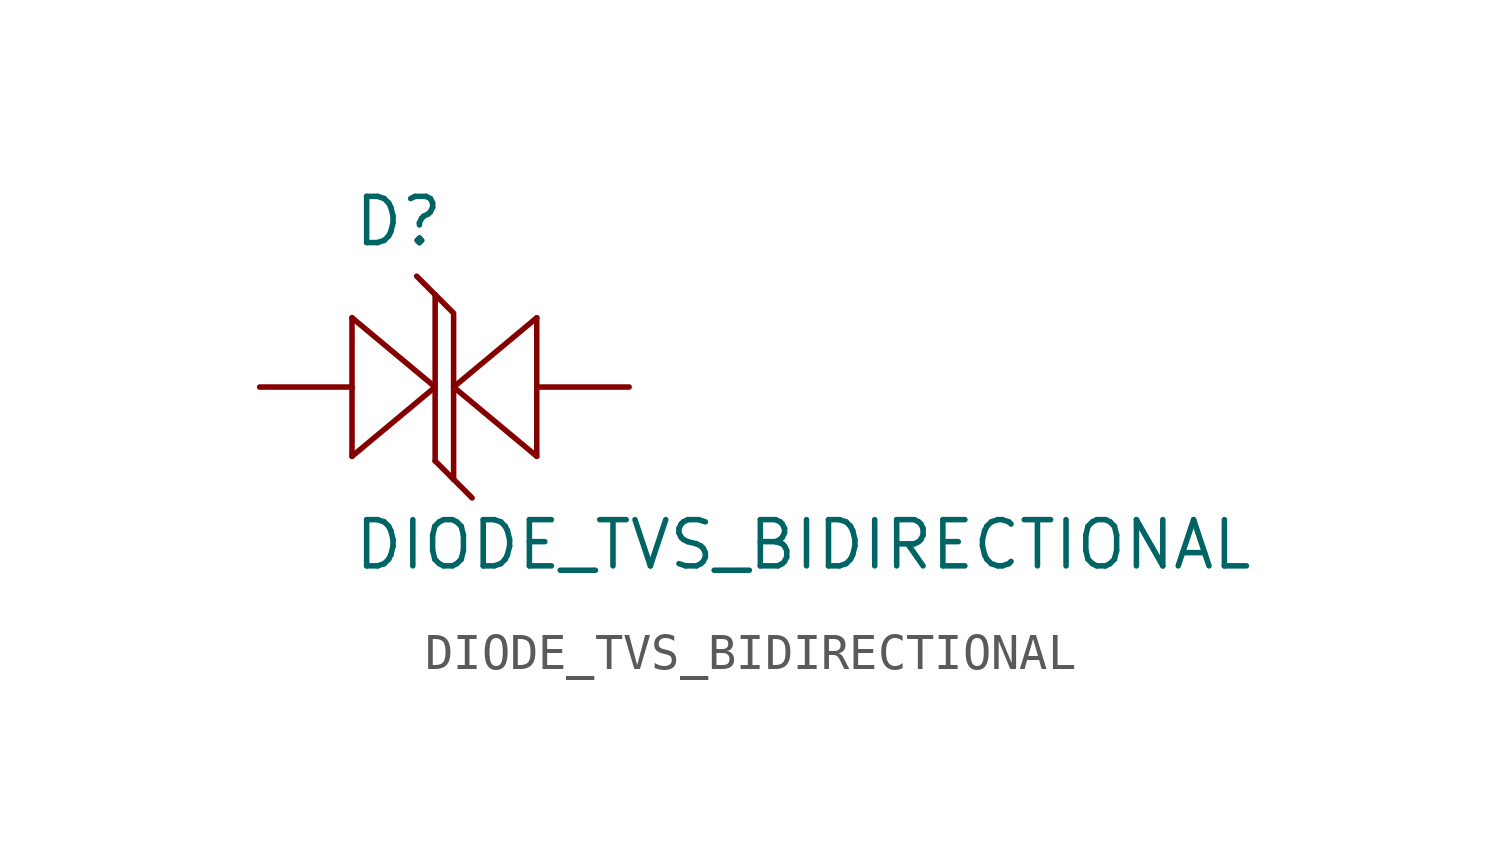
<source format=kicad_sym>
(kicad_symbol_lib
  (version 20211014)
  (generator kicad_symbol_editor)
  (symbol "DIODE_TVS_BIDIRECTIONAL"
    (pin_numbers hide)
    (pin_names hide)
    (property "Reference" "D"
      (at -2.54 3.81 0)
      (effects (font (size 1.27 1.27)) (justify left bottom)))
    (property "Value" "DIODE_TVS_BIDIRECTIONAL"
      (at -2.54 -5.08 0)
      (effects (font (size 1.27 1.27)) (justify left bottom)))
    (property "Datasheet" ""
      (at 0 0 0))
    (property "ki_fp_filters" "FlashPCB_CircuitProtection:DO-214AC_SMA FlashPCB_CircuitProtection:SMB FlashPCB_CircuitProtection:SMC FlashPCB_CircuitProtection:SMAF FlashPCB_CircuitProtection:SMBF FlashPCB_CircuitProtection:SOD-123 FlashPCB_CircuitProtection:SOD-123FL FlashPCB_CircuitProtection:SOD-128 FlashPCB_CircuitProtection:SOD-323 FlashPCB_CircuitProtection:SOD-323F FlashPCB_CircuitProtection:SOD-523 FlashPCB_CircuitProtection:SOD-723 FlashPCB_CircuitProtection:SOD-80C"
      (at 0 0 0))
    (symbol "DIODE_TVS_BIDIRECTIONAL_1_1"
      (polyline (pts (xy 2.54 1.905) (xy 2.54 -1.905)) (stroke (width 0.152)) (fill (type none)))
      (polyline (pts (xy 0.254 -2.54) (xy 0.254 0)) (stroke (width 0.152)) (fill (type none)))
      (polyline (pts (xy 0.254 0) (xy 0.254 1.981)) (stroke (width 0.152)) (fill (type none)))
      (polyline (pts (xy 0.254 0) (xy 2.54 1.905)) (stroke (width 0.152)) (fill (type none)))
      (polyline (pts (xy 2.54 -1.905) (xy 0.254 0)) (stroke (width 0.152)) (fill (type none)))
      (polyline (pts (xy 0.254 -2.54) (xy 0.762 -3.048)) (stroke (width 0.152)) (fill (type none)))
      (polyline (pts (xy -0.762 3.048) (xy -0.254 2.54)) (stroke (width 0.152)) (fill (type none)))
      (polyline (pts (xy -0.254 2.54) (xy 0.254 2.032)) (stroke (width 0.152)) (fill (type none)))
      (polyline (pts (xy -0.254 2.54) (xy -0.254 0)) (stroke (width 0.152)) (fill (type none)))
      (polyline (pts (xy -0.254 0) (xy -0.254 -2.032)) (stroke (width 0.152)) (fill (type none)))
      (polyline (pts (xy -0.254 -2.032) (xy 0.254 -2.54)) (stroke (width 0.152)) (fill (type none)))
      (polyline (pts (xy -0.254 0) (xy -2.54 1.905)) (stroke (width 0.152)) (fill (type none)))
      (polyline (pts (xy -2.54 1.905) (xy -2.54 -1.905)) (stroke (width 0.152)) (fill (type none)))
      (polyline (pts (xy -2.54 -1.905) (xy -0.254 0)) (stroke (width 0.152)) (fill (type none)))
      (pin passive line (at -5.08 0 0) (length 2.54) (name "CATHODE" (effects (font (size 0 0)))) (number "CATHODE" (effects (font (size 0 0)))))
      (pin passive line (at 5.08 0 180) (length 2.54) (name "ANODE" (effects (font (size 0 0)))) (number "ANODE" (effects (font (size 0 0))))))))
</source>
